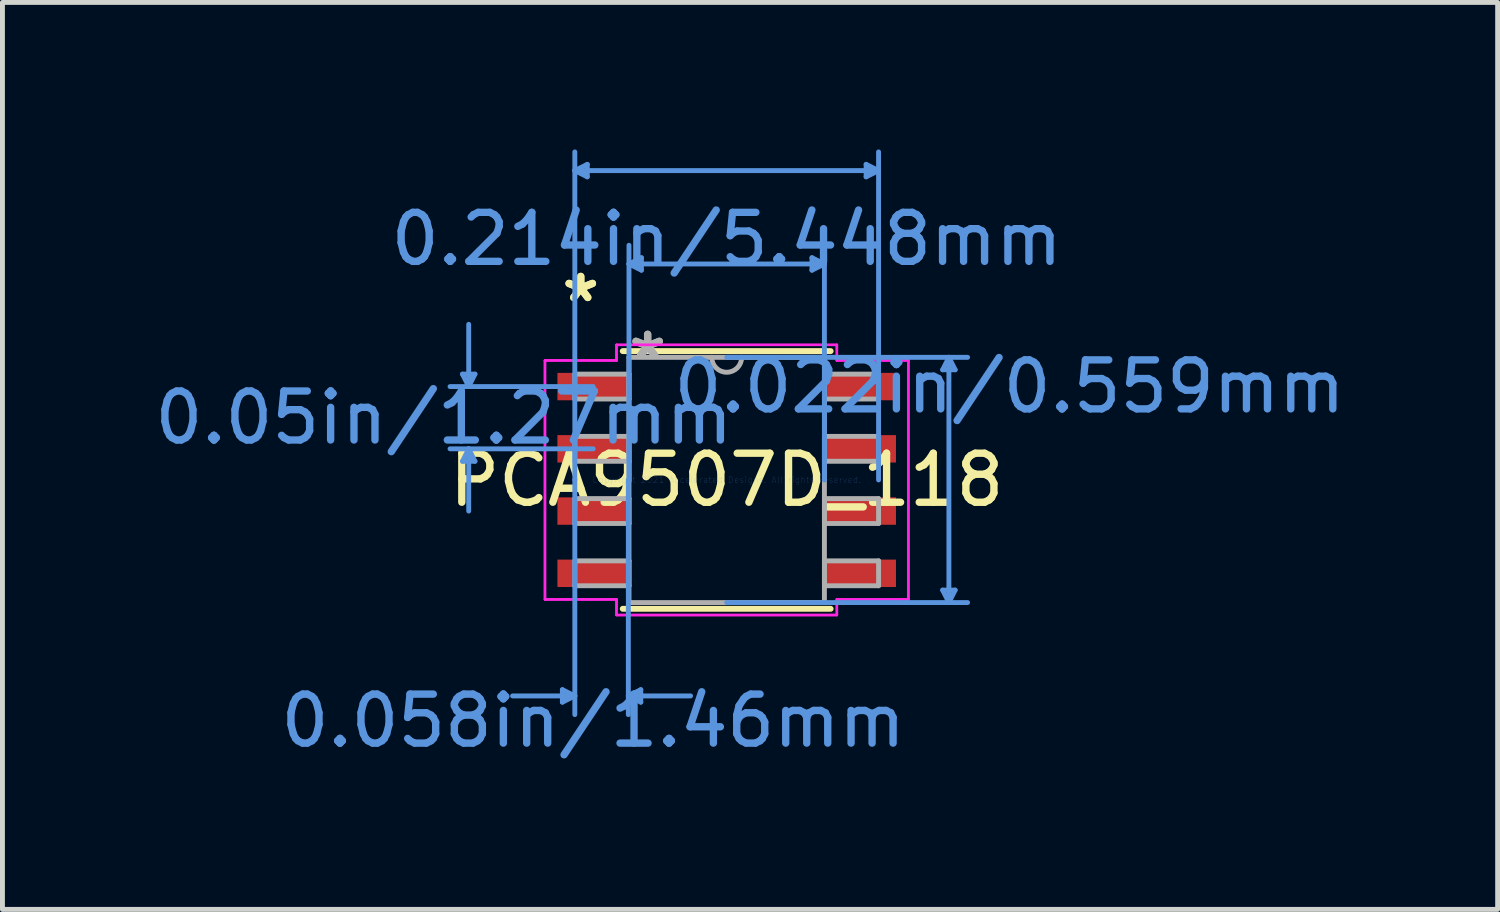
<source format=kicad_pcb>
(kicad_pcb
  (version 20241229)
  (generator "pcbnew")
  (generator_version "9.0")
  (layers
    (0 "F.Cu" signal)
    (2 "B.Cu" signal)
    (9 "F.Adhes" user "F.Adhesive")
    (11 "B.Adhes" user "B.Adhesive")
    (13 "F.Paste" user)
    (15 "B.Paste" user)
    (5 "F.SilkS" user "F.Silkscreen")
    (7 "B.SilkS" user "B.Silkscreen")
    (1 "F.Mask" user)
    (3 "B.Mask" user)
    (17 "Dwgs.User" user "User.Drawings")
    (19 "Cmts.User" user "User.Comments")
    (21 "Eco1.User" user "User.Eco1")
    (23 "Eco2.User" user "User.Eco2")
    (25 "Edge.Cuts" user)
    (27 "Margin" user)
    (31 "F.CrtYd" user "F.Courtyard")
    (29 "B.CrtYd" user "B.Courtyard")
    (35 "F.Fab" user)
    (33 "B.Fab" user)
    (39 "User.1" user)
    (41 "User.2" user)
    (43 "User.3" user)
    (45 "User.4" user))
  (footprint "PCA9507D_118"
    (layer "F.Cu")
    (at 11.778 6.743)
    (property "Reference" "PCA9507D_118" (at 0 0 0) (layer "F.SilkS") (effects (font (size 1 1) (thickness 0.15))))
    (attr through_hole)
    (fp_line (start -2.121 2.629) (end 2.121 2.629) (stroke (width 0.12) (type solid)) (layer "F.SilkS"))
    (fp_line (start 2.121 -2.629) (end -2.121 -2.629) (stroke (width 0.12) (type solid)) (layer "F.SilkS"))
    (fp_line (start -5.391 -2.159) (end -5.137 -2.159) (stroke (width 0.1) (type solid)) (layer "Cmts.User"))
    (fp_line (start -5.391 -0.381) (end -5.137 -0.381) (stroke (width 0.1) (type solid)) (layer "Cmts.User"))
    (fp_line (start -5.264 -1.905) (end -5.391 -2.159) (stroke (width 0.1) (type solid)) (layer "Cmts.User"))
    (fp_line (start -5.264 -1.905) (end -5.264 -3.175) (stroke (width 0.1) (type solid)) (layer "Cmts.User"))
    (fp_line (start -5.264 -1.905) (end -5.137 -2.159) (stroke (width 0.1) (type solid)) (layer "Cmts.User"))
    (fp_line (start -5.264 -0.635) (end -5.391 -0.381) (stroke (width 0.1) (type solid)) (layer "Cmts.User"))
    (fp_line (start -5.264 -0.635) (end -5.264 0.635) (stroke (width 0.1) (type solid)) (layer "Cmts.User"))
    (fp_line (start -5.264 -0.635) (end -5.137 -0.381) (stroke (width 0.1) (type solid)) (layer "Cmts.User"))
    (fp_line (start -3.353 4.28) (end -3.353 4.534) (stroke (width 0.1) (type solid)) (layer "Cmts.User"))
    (fp_line (start -3.099 -6.312) (end -2.845 -6.439) (stroke (width 0.1) (type solid)) (layer "Cmts.User"))
    (fp_line (start -3.099 -6.312) (end -2.845 -6.185) (stroke (width 0.1) (type solid)) (layer "Cmts.User"))
    (fp_line (start -3.099 -6.312) (end 3.099 -6.312) (stroke (width 0.1) (type solid)) (layer "Cmts.User"))
    (fp_line (start -3.099 0) (end -3.099 -6.693) (stroke (width 0.1) (type solid)) (layer "Cmts.User"))
    (fp_line (start -3.099 0) (end -3.099 4.788) (stroke (width 0.1) (type solid)) (layer "Cmts.User"))
    (fp_line (start -3.099 4.407) (end -4.369 4.407) (stroke (width 0.1) (type solid)) (layer "Cmts.User"))
    (fp_line (start -3.099 4.407) (end -3.353 4.28) (stroke (width 0.1) (type solid)) (layer "Cmts.User"))
    (fp_line (start -3.099 4.407) (end -3.353 4.534) (stroke (width 0.1) (type solid)) (layer "Cmts.User"))
    (fp_line (start -2.845 -6.439) (end -2.845 -6.185) (stroke (width 0.1) (type solid)) (layer "Cmts.User"))
    (fp_line (start -2.724 -1.905) (end -5.645 -1.905) (stroke (width 0.1) (type solid)) (layer "Cmts.User"))
    (fp_line (start -2.724 -0.635) (end -5.645 -0.635) (stroke (width 0.1) (type solid)) (layer "Cmts.User"))
    (fp_line (start -2.007 0) (end -2.007 4.788) (stroke (width 0.1) (type solid)) (layer "Cmts.User"))
    (fp_line (start -2.007 4.407) (end -1.753 4.28) (stroke (width 0.1) (type solid)) (layer "Cmts.User"))
    (fp_line (start -2.007 4.407) (end -1.753 4.534) (stroke (width 0.1) (type solid)) (layer "Cmts.User"))
    (fp_line (start -2.007 4.407) (end -0.737 4.407) (stroke (width 0.1) (type solid)) (layer "Cmts.User"))
    (fp_line (start -1.994 -4.407) (end -1.74 -4.534) (stroke (width 0.1) (type solid)) (layer "Cmts.User"))
    (fp_line (start -1.994 -4.407) (end -1.74 -4.28) (stroke (width 0.1) (type solid)) (layer "Cmts.User"))
    (fp_line (start -1.994 -4.407) (end 1.994 -4.407) (stroke (width 0.1) (type solid)) (layer "Cmts.User"))
    (fp_line (start -1.994 0) (end -1.994 -4.788) (stroke (width 0.1) (type solid)) (layer "Cmts.User"))
    (fp_line (start -1.753 4.28) (end -1.753 4.534) (stroke (width 0.1) (type solid)) (layer "Cmts.User"))
    (fp_line (start -1.74 -4.534) (end -1.74 -4.28) (stroke (width 0.1) (type solid)) (layer "Cmts.User"))
    (fp_line (start 0 -2.502) (end 4.915 -2.502) (stroke (width 0.1) (type solid)) (layer "Cmts.User"))
    (fp_line (start 0 2.502) (end 4.915 2.502) (stroke (width 0.1) (type solid)) (layer "Cmts.User"))
    (fp_line (start 1.74 -4.534) (end 1.74 -4.28) (stroke (width 0.1) (type solid)) (layer "Cmts.User"))
    (fp_line (start 1.994 -4.407) (end 1.74 -4.534) (stroke (width 0.1) (type solid)) (layer "Cmts.User"))
    (fp_line (start 1.994 -4.407) (end 1.74 -4.28) (stroke (width 0.1) (type solid)) (layer "Cmts.User"))
    (fp_line (start 1.994 0) (end 1.994 -4.788) (stroke (width 0.1) (type solid)) (layer "Cmts.User"))
    (fp_line (start 2.845 -6.439) (end 2.845 -6.185) (stroke (width 0.1) (type solid)) (layer "Cmts.User"))
    (fp_line (start 3.099 -6.312) (end 2.845 -6.439) (stroke (width 0.1) (type solid)) (layer "Cmts.User"))
    (fp_line (start 3.099 -6.312) (end 2.845 -6.185) (stroke (width 0.1) (type solid)) (layer "Cmts.User"))
    (fp_line (start 3.099 0) (end 3.099 -6.693) (stroke (width 0.1) (type solid)) (layer "Cmts.User"))
    (fp_line (start 4.407 -2.248) (end 4.661 -2.248) (stroke (width 0.1) (type solid)) (layer "Cmts.User"))
    (fp_line (start 4.407 2.248) (end 4.661 2.248) (stroke (width 0.1) (type solid)) (layer "Cmts.User"))
    (fp_line (start 4.534 -2.502) (end 4.407 -2.248) (stroke (width 0.1) (type solid)) (layer "Cmts.User"))
    (fp_line (start 4.534 -2.502) (end 4.534 2.502) (stroke (width 0.1) (type solid)) (layer "Cmts.User"))
    (fp_line (start 4.534 -2.502) (end 4.661 -2.248) (stroke (width 0.1) (type solid)) (layer "Cmts.User"))
    (fp_line (start 4.534 2.502) (end 4.407 2.248) (stroke (width 0.1) (type solid)) (layer "Cmts.User"))
    (fp_line (start 4.534 2.502) (end 4.661 2.248) (stroke (width 0.1) (type solid)) (layer "Cmts.User"))
    (fp_line (start -3.708 -2.438) (end -2.248 -2.438) (stroke (width 0.05) (type solid)) (layer "F.CrtYd"))
    (fp_line (start -3.708 -2.438) (end -2.248 -2.438) (stroke (width 0.05) (type solid)) (layer "F.CrtYd"))
    (fp_line (start -3.708 2.438) (end -3.708 -2.438) (stroke (width 0.05) (type solid)) (layer "F.CrtYd"))
    (fp_line (start -3.708 2.438) (end -3.708 -2.438) (stroke (width 0.05) (type solid)) (layer "F.CrtYd"))
    (fp_line (start -3.708 2.438) (end -2.248 2.438) (stroke (width 0.05) (type solid)) (layer "F.CrtYd"))
    (fp_line (start -2.248 -2.756) (end 2.248 -2.756) (stroke (width 0.05) (type solid)) (layer "F.CrtYd"))
    (fp_line (start -2.248 -2.756) (end 2.248 -2.756) (stroke (width 0.05) (type solid)) (layer "F.CrtYd"))
    (fp_line (start -2.248 -2.438) (end -2.248 -2.756) (stroke (width 0.05) (type solid)) (layer "F.CrtYd"))
    (fp_line (start -2.248 -2.438) (end -2.248 -2.756) (stroke (width 0.05) (type solid)) (layer "F.CrtYd"))
    (fp_line (start -2.248 2.438) (end -3.708 2.438) (stroke (width 0.05) (type solid)) (layer "F.CrtYd"))
    (fp_line (start -2.248 2.756) (end -2.248 2.438) (stroke (width 0.05) (type solid)) (layer "F.CrtYd"))
    (fp_line (start -2.248 2.756) (end -2.248 2.438) (stroke (width 0.05) (type solid)) (layer "F.CrtYd"))
    (fp_line (start 2.248 -2.756) (end 2.248 -2.438) (stroke (width 0.05) (type solid)) (layer "F.CrtYd"))
    (fp_line (start 2.248 -2.756) (end 2.248 -2.438) (stroke (width 0.05) (type solid)) (layer "F.CrtYd"))
    (fp_line (start 2.248 -2.438) (end 3.708 -2.438) (stroke (width 0.05) (type solid)) (layer "F.CrtYd"))
    (fp_line (start 2.248 2.438) (end 2.248 2.756) (stroke (width 0.05) (type solid)) (layer "F.CrtYd"))
    (fp_line (start 2.248 2.438) (end 2.248 2.756) (stroke (width 0.05) (type solid)) (layer "F.CrtYd"))
    (fp_line (start 2.248 2.756) (end -2.248 2.756) (stroke (width 0.05) (type solid)) (layer "F.CrtYd"))
    (fp_line (start 2.248 2.756) (end -2.248 2.756) (stroke (width 0.05) (type solid)) (layer "F.CrtYd"))
    (fp_line (start 3.708 -2.438) (end 2.248 -2.438) (stroke (width 0.05) (type solid)) (layer "F.CrtYd"))
    (fp_line (start 3.708 -2.438) (end 3.708 2.438) (stroke (width 0.05) (type solid)) (layer "F.CrtYd"))
    (fp_line (start 3.708 -2.438) (end 3.708 2.438) (stroke (width 0.05) (type solid)) (layer "F.CrtYd"))
    (fp_line (start 3.708 2.438) (end 2.248 2.438) (stroke (width 0.05) (type solid)) (layer "F.CrtYd"))
    (fp_line (start 3.708 2.438) (end 2.248 2.438) (stroke (width 0.05) (type solid)) (layer "F.CrtYd"))
    (fp_line (start -3.099 -2.159) (end -3.099 -1.651) (stroke (width 0.1) (type solid)) (layer "F.Fab"))
    (fp_line (start -3.099 -1.651) (end -1.994 -1.651) (stroke (width 0.1) (type solid)) (layer "F.Fab"))
    (fp_line (start -3.099 -0.889) (end -3.099 -0.381) (stroke (width 0.1) (type solid)) (layer "F.Fab"))
    (fp_line (start -3.099 -0.381) (end -1.994 -0.381) (stroke (width 0.1) (type solid)) (layer "F.Fab"))
    (fp_line (start -3.099 0.381) (end -3.099 0.889) (stroke (width 0.1) (type solid)) (layer "F.Fab"))
    (fp_line (start -3.099 0.889) (end -1.994 0.889) (stroke (width 0.1) (type solid)) (layer "F.Fab"))
    (fp_line (start -3.099 1.651) (end -3.099 2.159) (stroke (width 0.1) (type solid)) (layer "F.Fab"))
    (fp_line (start -3.099 2.159) (end -1.994 2.159) (stroke (width 0.1) (type solid)) (layer "F.Fab"))
    (fp_line (start -1.994 -2.502) (end -1.994 2.502) (stroke (width 0.1) (type solid)) (layer "F.Fab"))
    (fp_line (start -1.994 -2.159) (end -3.099 -2.159) (stroke (width 0.1) (type solid)) (layer "F.Fab"))
    (fp_line (start -1.994 -1.651) (end -1.994 -2.159) (stroke (width 0.1) (type solid)) (layer "F.Fab"))
    (fp_line (start -1.994 -0.889) (end -3.099 -0.889) (stroke (width 0.1) (type solid)) (layer "F.Fab"))
    (fp_line (start -1.994 -0.381) (end -1.994 -0.889) (stroke (width 0.1) (type solid)) (layer "F.Fab"))
    (fp_line (start -1.994 0.381) (end -3.099 0.381) (stroke (width 0.1) (type solid)) (layer "F.Fab"))
    (fp_line (start -1.994 0.889) (end -1.994 0.381) (stroke (width 0.1) (type solid)) (layer "F.Fab"))
    (fp_line (start -1.994 1.651) (end -3.099 1.651) (stroke (width 0.1) (type solid)) (layer "F.Fab"))
    (fp_line (start -1.994 2.159) (end -1.994 1.651) (stroke (width 0.1) (type solid)) (layer "F.Fab"))
    (fp_line (start -1.994 2.502) (end 1.994 2.502) (stroke (width 0.1) (type solid)) (layer "F.Fab"))
    (fp_line (start 1.994 -2.502) (end -1.994 -2.502) (stroke (width 0.1) (type solid)) (layer "F.Fab"))
    (fp_line (start 1.994 -2.159) (end 1.994 -1.651) (stroke (width 0.1) (type solid)) (layer "F.Fab"))
    (fp_line (start 1.994 -1.651) (end 3.099 -1.651) (stroke (width 0.1) (type solid)) (layer "F.Fab"))
    (fp_line (start 1.994 -0.889) (end 1.994 -0.381) (stroke (width 0.1) (type solid)) (layer "F.Fab"))
    (fp_line (start 1.994 -0.381) (end 3.099 -0.381) (stroke (width 0.1) (type solid)) (layer "F.Fab"))
    (fp_line (start 1.994 0.381) (end 1.994 0.889) (stroke (width 0.1) (type solid)) (layer "F.Fab"))
    (fp_line (start 1.994 0.889) (end 3.099 0.889) (stroke (width 0.1) (type solid)) (layer "F.Fab"))
    (fp_line (start 1.994 1.651) (end 1.994 2.159) (stroke (width 0.1) (type solid)) (layer "F.Fab"))
    (fp_line (start 1.994 2.159) (end 3.099 2.159) (stroke (width 0.1) (type solid)) (layer "F.Fab"))
    (fp_line (start 1.994 2.502) (end 1.994 -2.502) (stroke (width 0.1) (type solid)) (layer "F.Fab"))
    (fp_line (start 3.099 -2.159) (end 1.994 -2.159) (stroke (width 0.1) (type solid)) (layer "F.Fab"))
    (fp_line (start 3.099 -1.651) (end 3.099 -2.159) (stroke (width 0.1) (type solid)) (layer "F.Fab"))
    (fp_line (start 3.099 -0.889) (end 1.994 -0.889) (stroke (width 0.1) (type solid)) (layer "F.Fab"))
    (fp_line (start 3.099 -0.381) (end 3.099 -0.889) (stroke (width 0.1) (type solid)) (layer "F.Fab"))
    (fp_line (start 3.099 0.381) (end 1.994 0.381) (stroke (width 0.1) (type solid)) (layer "F.Fab"))
    (fp_line (start 3.099 0.889) (end 3.099 0.381) (stroke (width 0.1) (type solid)) (layer "F.Fab"))
    (fp_line (start 3.099 1.651) (end 1.994 1.651) (stroke (width 0.1) (type solid)) (layer "F.Fab"))
    (fp_line (start 3.099 2.159) (end 3.099 1.651) (stroke (width 0.1) (type solid)) (layer "F.Fab"))
    (fp_arc (start 0.3048 -2.5019) (mid 0 -2.1971) (end -0.3048 -2.5019) (stroke (width 0.1) (type solid)) (layer "F.Fab"))
    (fp_text user "*" (at -2.978 -3.607 0) (layer "F.SilkS") (effects (font (size 1 1) (thickness 0.15))))
    (fp_text user "*" (at -2.978 -3.607 0) (layer "F.SilkS") (effects (font (size 1 1) (thickness 0.15))))
    (fp_text user "Copyright 2021 Accelerated Designs. All rights reserved." (at 0 0 0) (layer "Cmts.User") (effects (font (size 0.127 0.127) (thickness 0.002))))
    (fp_text user "0.022in/0.559mm" (at 5.772 -1.905 0) (layer "Cmts.User") (effects (font (size 1 1) (thickness 0.15))))
    (fp_text user "0.214in/5.448mm" (at 0 -4.915 0) (layer "Cmts.User") (effects (font (size 1 1) (thickness 0.15))))
    (fp_text user "0.058in/1.46mm" (at -2.724 4.915 0) (layer "Cmts.User") (effects (font (size 1 1) (thickness 0.15))))
    (fp_text user "0.05in/1.27mm" (at -5.772 -1.27 0) (layer "Cmts.User") (effects (font (size 1 1) (thickness 0.15))))
    (fp_text user "*" (at -1.613 -2.426 0) (layer "F.Fab") (effects (font (size 1 1) (thickness 0.15))))
    (fp_text user "*" (at -1.613 -2.426 0) (layer "F.Fab") (effects (font (size 1 1) (thickness 0.15))))
    (pad "1" smd rect (at -2.724 -1.905) (size 1.46 0.559) (layers "F.Cu" "F.Mask" "F.Paste"))
    (pad "2" smd rect (at -2.724 -0.635) (size 1.46 0.559) (layers "F.Cu" "F.Mask" "F.Paste"))
    (pad "3" smd rect (at -2.724 0.635) (size 1.46 0.559) (layers "F.Cu" "F.Mask" "F.Paste"))
    (pad "4" smd rect (at -2.724 1.905) (size 1.46 0.559) (layers "F.Cu" "F.Mask" "F.Paste"))
    (pad "5" smd rect (at 2.724 1.905) (size 1.46 0.559) (layers "F.Cu" "F.Mask" "F.Paste"))
    (pad "6" smd rect (at 2.724 0.635) (size 1.46 0.559) (layers "F.Cu" "F.Mask" "F.Paste"))
    (pad "7" smd rect (at 2.724 -0.635) (size 1.46 0.559) (layers "F.Cu" "F.Mask" "F.Paste"))
    (pad "8" smd rect (at 2.724 -1.905) (size 1.46 0.559) (layers "F.Cu" "F.Mask" "F.Paste")))
  (gr_rect
    (start -3 -3)
    (end 27.509 15.506)
    (stroke (width 0.1) (type default))
    (fill no)
    (layer "Edge.Cuts")))
</source>
